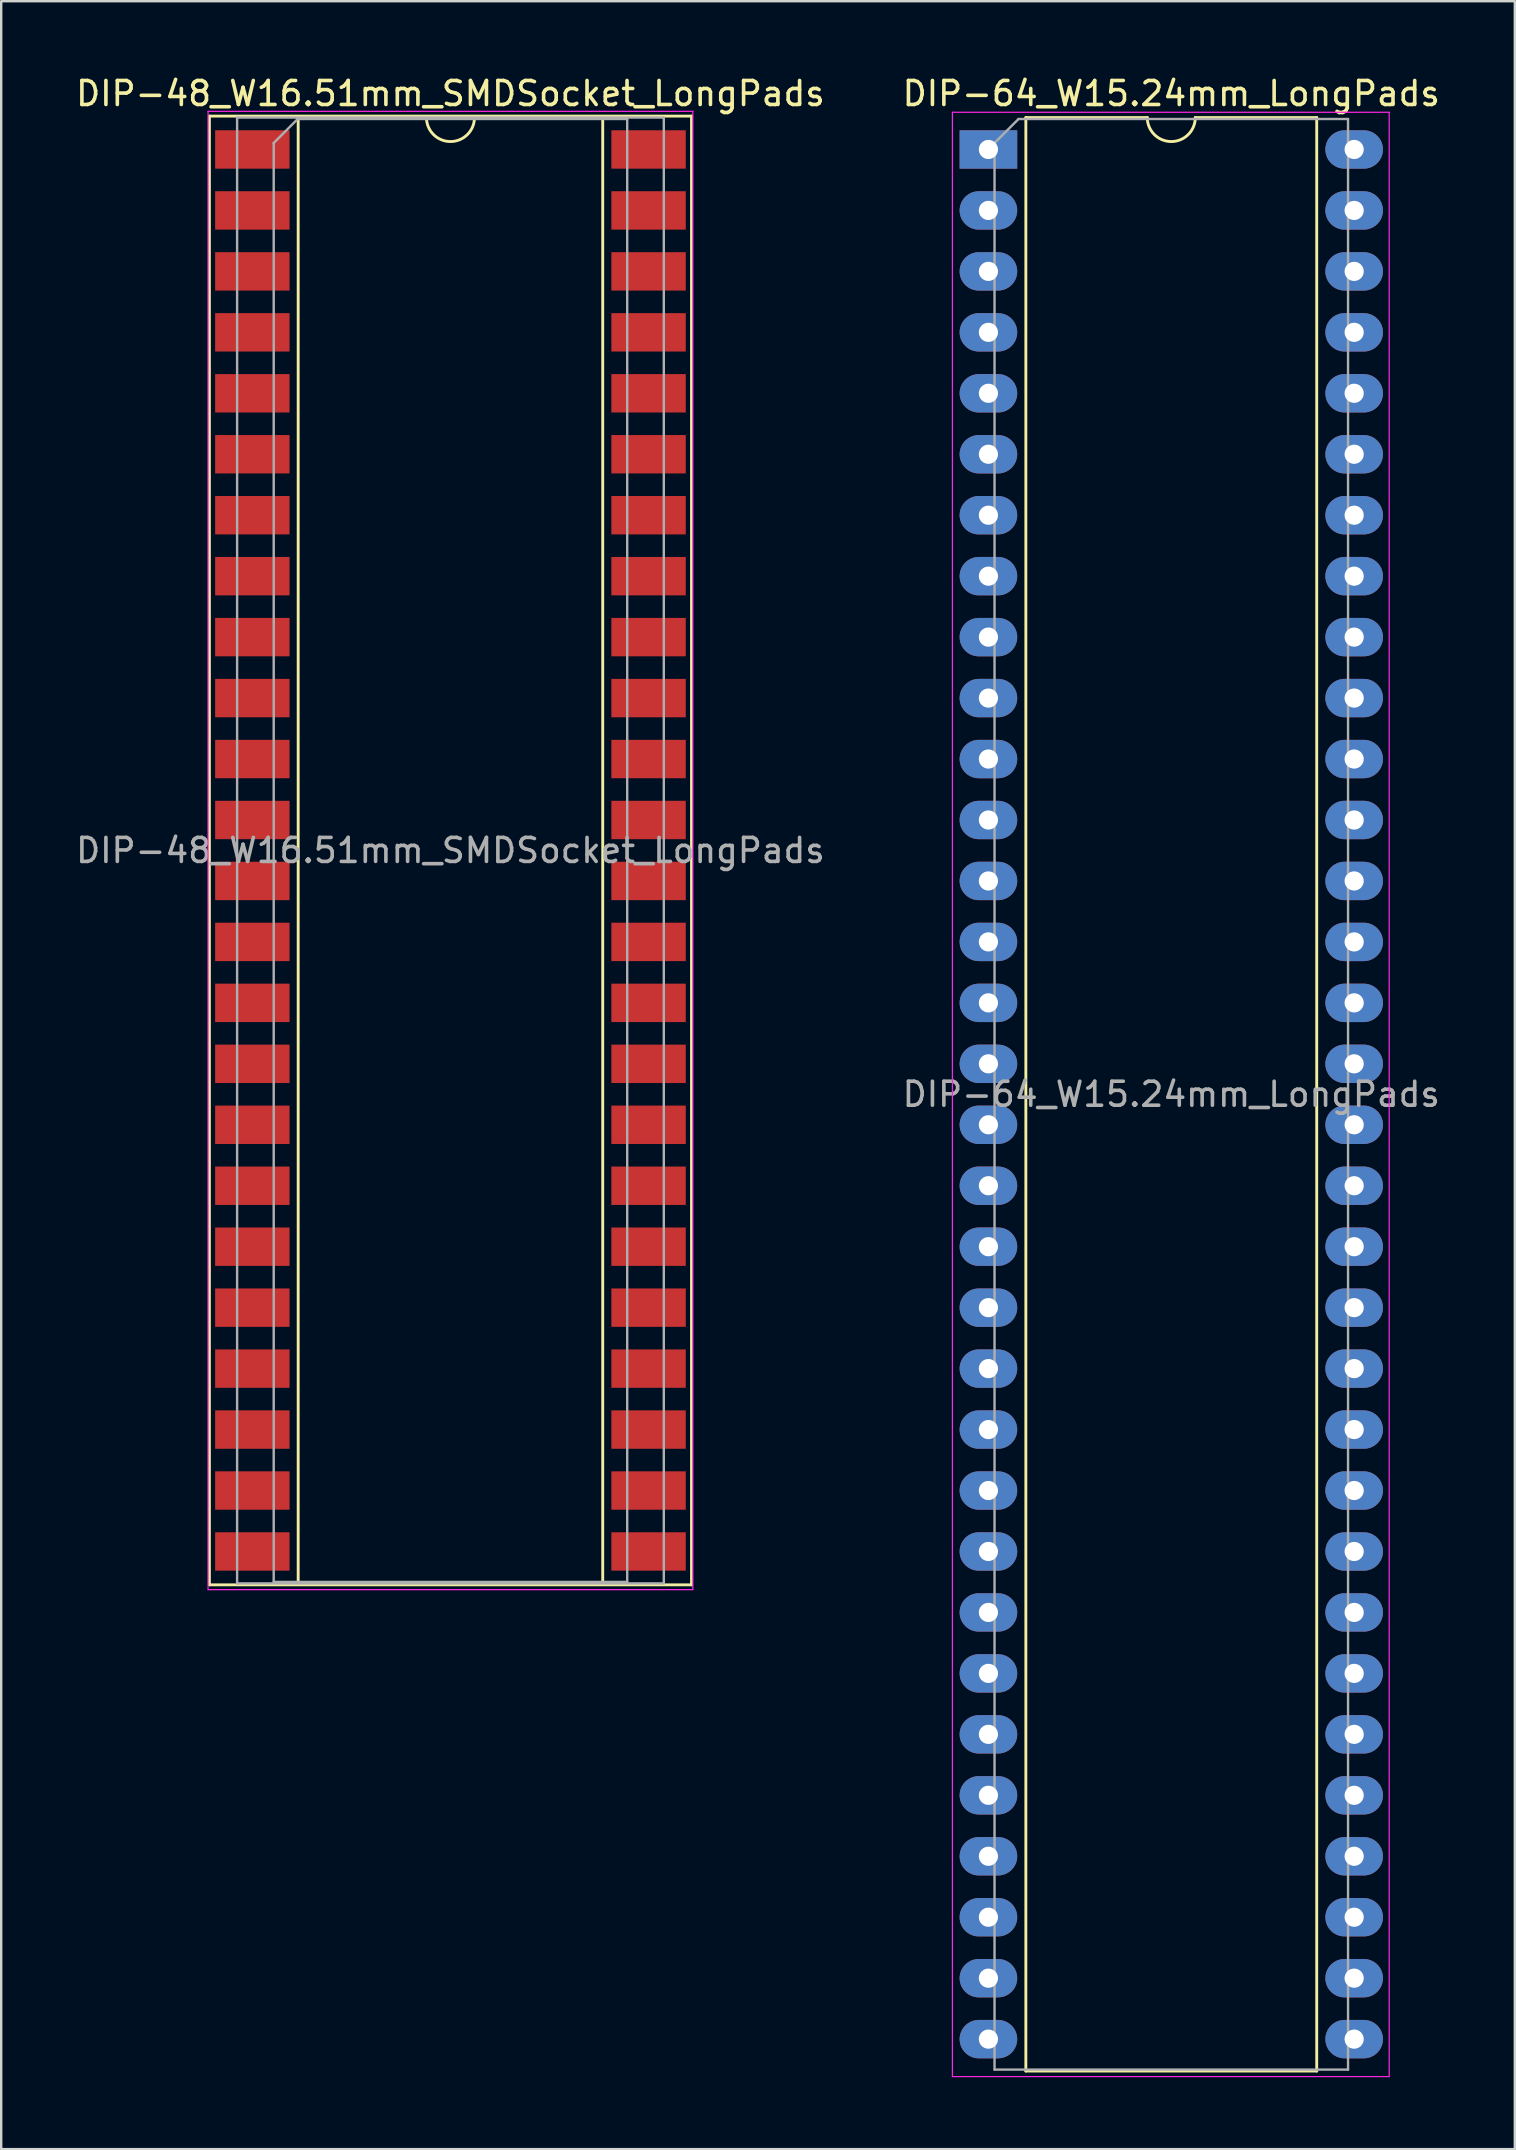
<source format=kicad_pcb>
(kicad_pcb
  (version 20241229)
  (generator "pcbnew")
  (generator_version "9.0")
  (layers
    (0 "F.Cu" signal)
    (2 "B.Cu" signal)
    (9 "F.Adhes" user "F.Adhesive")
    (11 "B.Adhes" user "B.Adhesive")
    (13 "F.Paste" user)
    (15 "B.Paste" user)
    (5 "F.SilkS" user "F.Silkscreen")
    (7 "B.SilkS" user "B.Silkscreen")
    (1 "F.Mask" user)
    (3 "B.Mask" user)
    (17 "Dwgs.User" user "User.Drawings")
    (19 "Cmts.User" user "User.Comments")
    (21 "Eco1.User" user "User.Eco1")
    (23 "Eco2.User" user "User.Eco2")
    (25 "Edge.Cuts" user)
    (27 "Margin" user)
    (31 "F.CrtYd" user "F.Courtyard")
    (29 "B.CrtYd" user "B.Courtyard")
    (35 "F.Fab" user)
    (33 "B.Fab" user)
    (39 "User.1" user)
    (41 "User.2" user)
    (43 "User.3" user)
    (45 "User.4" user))
  (footprint "DIP-64_W15.24mm_LongPads"
    (layer "F.Cu")
    (at 38.136 3.178)
    (property "Reference" "DIP-64_W15.24mm_LongPads" (at 7.62 -2.33 0) (layer "F.SilkS") (effects (font (size 1 1) (thickness 0.15))))
    (attr through_hole)
    (fp_line (start 1.56 -1.33) (end 1.56 80.07) (stroke (width 0.12) (type solid)) (layer "F.SilkS"))
    (fp_line (start 1.56 80.07) (end 13.68 80.07) (stroke (width 0.12) (type solid)) (layer "F.SilkS"))
    (fp_line (start 6.62 -1.33) (end 1.56 -1.33) (stroke (width 0.12) (type solid)) (layer "F.SilkS"))
    (fp_line (start 13.68 -1.33) (end 8.62 -1.33) (stroke (width 0.12) (type solid)) (layer "F.SilkS"))
    (fp_line (start 13.68 80.07) (end 13.68 -1.33) (stroke (width 0.12) (type solid)) (layer "F.SilkS"))
    (fp_arc (start 8.62 -1.33) (mid 7.62 -0.33) (end 6.62 -1.33) (stroke (width 0.12) (type solid)) (layer "F.SilkS"))
    (fp_line (start -1.5 -1.55) (end -1.5 80.3) (stroke (width 0.05) (type solid)) (layer "F.CrtYd"))
    (fp_line (start -1.5 80.3) (end 16.7 80.3) (stroke (width 0.05) (type solid)) (layer "F.CrtYd"))
    (fp_line (start 16.7 -1.55) (end -1.5 -1.55) (stroke (width 0.05) (type solid)) (layer "F.CrtYd"))
    (fp_line (start 16.7 80.3) (end 16.7 -1.55) (stroke (width 0.05) (type solid)) (layer "F.CrtYd"))
    (fp_line (start 0.255 -0.27) (end 1.255 -1.27) (stroke (width 0.1) (type solid)) (layer "F.Fab"))
    (fp_line (start 0.255 80.01) (end 0.255 -0.27) (stroke (width 0.1) (type solid)) (layer "F.Fab"))
    (fp_line (start 1.255 -1.27) (end 14.985 -1.27) (stroke (width 0.1) (type solid)) (layer "F.Fab"))
    (fp_line (start 14.985 -1.27) (end 14.985 80.01) (stroke (width 0.1) (type solid)) (layer "F.Fab"))
    (fp_line (start 14.985 80.01) (end 0.255 80.01) (stroke (width 0.1) (type solid)) (layer "F.Fab"))
    (fp_text user "${REFERENCE}" (at 7.62 39.37 0) (layer "F.Fab") (effects (font (size 1 1) (thickness 0.15))))
    (pad "1" thru_hole rect (at 0 0) (size 2.4 1.6) (drill 0.8) (layers "*.Cu" "*.Mask"))
    (pad "2" thru_hole oval (at 0 2.54) (size 2.4 1.6) (drill 0.8) (layers "*.Cu" "*.Mask"))
    (pad "3" thru_hole oval (at 0 5.08) (size 2.4 1.6) (drill 0.8) (layers "*.Cu" "*.Mask"))
    (pad "4" thru_hole oval (at 0 7.62) (size 2.4 1.6) (drill 0.8) (layers "*.Cu" "*.Mask"))
    (pad "5" thru_hole oval (at 0 10.16) (size 2.4 1.6) (drill 0.8) (layers "*.Cu" "*.Mask"))
    (pad "6" thru_hole oval (at 0 12.7) (size 2.4 1.6) (drill 0.8) (layers "*.Cu" "*.Mask"))
    (pad "7" thru_hole oval (at 0 15.24) (size 2.4 1.6) (drill 0.8) (layers "*.Cu" "*.Mask"))
    (pad "8" thru_hole oval (at 0 17.78) (size 2.4 1.6) (drill 0.8) (layers "*.Cu" "*.Mask"))
    (pad "9" thru_hole oval (at 0 20.32) (size 2.4 1.6) (drill 0.8) (layers "*.Cu" "*.Mask"))
    (pad "10" thru_hole oval (at 0 22.86) (size 2.4 1.6) (drill 0.8) (layers "*.Cu" "*.Mask"))
    (pad "11" thru_hole oval (at 0 25.4) (size 2.4 1.6) (drill 0.8) (layers "*.Cu" "*.Mask"))
    (pad "12" thru_hole oval (at 0 27.94) (size 2.4 1.6) (drill 0.8) (layers "*.Cu" "*.Mask"))
    (pad "13" thru_hole oval (at 0 30.48) (size 2.4 1.6) (drill 0.8) (layers "*.Cu" "*.Mask"))
    (pad "14" thru_hole oval (at 0 33.02) (size 2.4 1.6) (drill 0.8) (layers "*.Cu" "*.Mask"))
    (pad "15" thru_hole oval (at 0 35.56) (size 2.4 1.6) (drill 0.8) (layers "*.Cu" "*.Mask"))
    (pad "16" thru_hole oval (at 0 38.1) (size 2.4 1.6) (drill 0.8) (layers "*.Cu" "*.Mask"))
    (pad "17" thru_hole oval (at 0 40.64) (size 2.4 1.6) (drill 0.8) (layers "*.Cu" "*.Mask"))
    (pad "18" thru_hole oval (at 0 43.18) (size 2.4 1.6) (drill 0.8) (layers "*.Cu" "*.Mask"))
    (pad "19" thru_hole oval (at 0 45.72) (size 2.4 1.6) (drill 0.8) (layers "*.Cu" "*.Mask"))
    (pad "20" thru_hole oval (at 0 48.26) (size 2.4 1.6) (drill 0.8) (layers "*.Cu" "*.Mask"))
    (pad "21" thru_hole oval (at 0 50.8) (size 2.4 1.6) (drill 0.8) (layers "*.Cu" "*.Mask"))
    (pad "22" thru_hole oval (at 0 53.34) (size 2.4 1.6) (drill 0.8) (layers "*.Cu" "*.Mask"))
    (pad "23" thru_hole oval (at 0 55.88) (size 2.4 1.6) (drill 0.8) (layers "*.Cu" "*.Mask"))
    (pad "24" thru_hole oval (at 0 58.42) (size 2.4 1.6) (drill 0.8) (layers "*.Cu" "*.Mask"))
    (pad "25" thru_hole oval (at 0 60.96) (size 2.4 1.6) (drill 0.8) (layers "*.Cu" "*.Mask"))
    (pad "26" thru_hole oval (at 0 63.5) (size 2.4 1.6) (drill 0.8) (layers "*.Cu" "*.Mask"))
    (pad "27" thru_hole oval (at 0 66.04) (size 2.4 1.6) (drill 0.8) (layers "*.Cu" "*.Mask"))
    (pad "28" thru_hole oval (at 0 68.58) (size 2.4 1.6) (drill 0.8) (layers "*.Cu" "*.Mask"))
    (pad "29" thru_hole oval (at 0 71.12) (size 2.4 1.6) (drill 0.8) (layers "*.Cu" "*.Mask"))
    (pad "30" thru_hole oval (at 0 73.66) (size 2.4 1.6) (drill 0.8) (layers "*.Cu" "*.Mask"))
    (pad "31" thru_hole oval (at 0 76.2) (size 2.4 1.6) (drill 0.8) (layers "*.Cu" "*.Mask"))
    (pad "32" thru_hole oval (at 0 78.74) (size 2.4 1.6) (drill 0.8) (layers "*.Cu" "*.Mask"))
    (pad "33" thru_hole oval (at 15.24 78.74) (size 2.4 1.6) (drill 0.8) (layers "*.Cu" "*.Mask"))
    (pad "34" thru_hole oval (at 15.24 76.2) (size 2.4 1.6) (drill 0.8) (layers "*.Cu" "*.Mask"))
    (pad "35" thru_hole oval (at 15.24 73.66) (size 2.4 1.6) (drill 0.8) (layers "*.Cu" "*.Mask"))
    (pad "36" thru_hole oval (at 15.24 71.12) (size 2.4 1.6) (drill 0.8) (layers "*.Cu" "*.Mask"))
    (pad "37" thru_hole oval (at 15.24 68.58) (size 2.4 1.6) (drill 0.8) (layers "*.Cu" "*.Mask"))
    (pad "38" thru_hole oval (at 15.24 66.04) (size 2.4 1.6) (drill 0.8) (layers "*.Cu" "*.Mask"))
    (pad "39" thru_hole oval (at 15.24 63.5) (size 2.4 1.6) (drill 0.8) (layers "*.Cu" "*.Mask"))
    (pad "40" thru_hole oval (at 15.24 60.96) (size 2.4 1.6) (drill 0.8) (layers "*.Cu" "*.Mask"))
    (pad "41" thru_hole oval (at 15.24 58.42) (size 2.4 1.6) (drill 0.8) (layers "*.Cu" "*.Mask"))
    (pad "42" thru_hole oval (at 15.24 55.88) (size 2.4 1.6) (drill 0.8) (layers "*.Cu" "*.Mask"))
    (pad "43" thru_hole oval (at 15.24 53.34) (size 2.4 1.6) (drill 0.8) (layers "*.Cu" "*.Mask"))
    (pad "44" thru_hole oval (at 15.24 50.8) (size 2.4 1.6) (drill 0.8) (layers "*.Cu" "*.Mask"))
    (pad "45" thru_hole oval (at 15.24 48.26) (size 2.4 1.6) (drill 0.8) (layers "*.Cu" "*.Mask"))
    (pad "46" thru_hole oval (at 15.24 45.72) (size 2.4 1.6) (drill 0.8) (layers "*.Cu" "*.Mask"))
    (pad "47" thru_hole oval (at 15.24 43.18) (size 2.4 1.6) (drill 0.8) (layers "*.Cu" "*.Mask"))
    (pad "48" thru_hole oval (at 15.24 40.64) (size 2.4 1.6) (drill 0.8) (layers "*.Cu" "*.Mask"))
    (pad "49" thru_hole oval (at 15.24 38.1) (size 2.4 1.6) (drill 0.8) (layers "*.Cu" "*.Mask"))
    (pad "50" thru_hole oval (at 15.24 35.56) (size 2.4 1.6) (drill 0.8) (layers "*.Cu" "*.Mask"))
    (pad "51" thru_hole oval (at 15.24 33.02) (size 2.4 1.6) (drill 0.8) (layers "*.Cu" "*.Mask"))
    (pad "52" thru_hole oval (at 15.24 30.48) (size 2.4 1.6) (drill 0.8) (layers "*.Cu" "*.Mask"))
    (pad "53" thru_hole oval (at 15.24 27.94) (size 2.4 1.6) (drill 0.8) (layers "*.Cu" "*.Mask"))
    (pad "54" thru_hole oval (at 15.24 25.4) (size 2.4 1.6) (drill 0.8) (layers "*.Cu" "*.Mask"))
    (pad "55" thru_hole oval (at 15.24 22.86) (size 2.4 1.6) (drill 0.8) (layers "*.Cu" "*.Mask"))
    (pad "56" thru_hole oval (at 15.24 20.32) (size 2.4 1.6) (drill 0.8) (layers "*.Cu" "*.Mask"))
    (pad "57" thru_hole oval (at 15.24 17.78) (size 2.4 1.6) (drill 0.8) (layers "*.Cu" "*.Mask"))
    (pad "58" thru_hole oval (at 15.24 15.24) (size 2.4 1.6) (drill 0.8) (layers "*.Cu" "*.Mask"))
    (pad "59" thru_hole oval (at 15.24 12.7) (size 2.4 1.6) (drill 0.8) (layers "*.Cu" "*.Mask"))
    (pad "60" thru_hole oval (at 15.24 10.16) (size 2.4 1.6) (drill 0.8) (layers "*.Cu" "*.Mask"))
    (pad "61" thru_hole oval (at 15.24 7.62) (size 2.4 1.6) (drill 0.8) (layers "*.Cu" "*.Mask"))
    (pad "62" thru_hole oval (at 15.24 5.08) (size 2.4 1.6) (drill 0.8) (layers "*.Cu" "*.Mask"))
    (pad "63" thru_hole oval (at 15.24 2.54) (size 2.4 1.6) (drill 0.8) (layers "*.Cu" "*.Mask"))
    (pad "64" thru_hole oval (at 15.24 0) (size 2.4 1.6) (drill 0.8) (layers "*.Cu" "*.Mask")))
  (footprint "DIP-48_W16.51mm_SMDSocket_LongPads"
    (layer "F.Cu")
    (at 15.72 32.388)
    (property "Reference" "DIP-48_W16.51mm_SMDSocket_LongPads" (at 0 -31.54 0) (layer "F.SilkS") (effects (font (size 1 1) (thickness 0.15))))
    (attr smd)
    (fp_line (start -10.045 -30.6) (end -10.045 30.6) (stroke (width 0.12) (type solid)) (layer "F.SilkS"))
    (fp_line (start -10.045 30.6) (end 10.045 30.6) (stroke (width 0.12) (type solid)) (layer "F.SilkS"))
    (fp_line (start -6.345 -30.54) (end -6.345 30.54) (stroke (width 0.12) (type solid)) (layer "F.SilkS"))
    (fp_line (start -6.345 30.54) (end 6.345 30.54) (stroke (width 0.12) (type solid)) (layer "F.SilkS"))
    (fp_line (start -1 -30.54) (end -6.345 -30.54) (stroke (width 0.12) (type solid)) (layer "F.SilkS"))
    (fp_line (start 6.345 -30.54) (end 1 -30.54) (stroke (width 0.12) (type solid)) (layer "F.SilkS"))
    (fp_line (start 6.345 30.54) (end 6.345 -30.54) (stroke (width 0.12) (type solid)) (layer "F.SilkS"))
    (fp_line (start 10.045 -30.6) (end -10.045 -30.6) (stroke (width 0.12) (type solid)) (layer "F.SilkS"))
    (fp_line (start 10.045 30.6) (end 10.045 -30.6) (stroke (width 0.12) (type solid)) (layer "F.SilkS"))
    (fp_arc (start 1 -30.54) (mid 0 -29.54) (end -1 -30.54) (stroke (width 0.12) (type solid)) (layer "F.SilkS"))
    (fp_line (start -10.1 -30.8) (end -10.1 30.8) (stroke (width 0.05) (type solid)) (layer "F.CrtYd"))
    (fp_line (start -10.1 30.8) (end 10.1 30.8) (stroke (width 0.05) (type solid)) (layer "F.CrtYd"))
    (fp_line (start 10.1 -30.8) (end -10.1 -30.8) (stroke (width 0.05) (type solid)) (layer "F.CrtYd"))
    (fp_line (start 10.1 30.8) (end 10.1 -30.8) (stroke (width 0.05) (type solid)) (layer "F.CrtYd"))
    (fp_line (start -8.89 -30.54) (end -8.89 30.54) (stroke (width 0.1) (type solid)) (layer "F.Fab"))
    (fp_line (start -8.89 30.54) (end 8.89 30.54) (stroke (width 0.1) (type solid)) (layer "F.Fab"))
    (fp_line (start -7.365 -29.48) (end -6.365 -30.48) (stroke (width 0.1) (type solid)) (layer "F.Fab"))
    (fp_line (start -7.365 30.48) (end -7.365 -29.48) (stroke (width 0.1) (type solid)) (layer "F.Fab"))
    (fp_line (start -6.365 -30.48) (end 7.365 -30.48) (stroke (width 0.1) (type solid)) (layer "F.Fab"))
    (fp_line (start 7.365 -30.48) (end 7.365 30.48) (stroke (width 0.1) (type solid)) (layer "F.Fab"))
    (fp_line (start 7.365 30.48) (end -7.365 30.48) (stroke (width 0.1) (type solid)) (layer "F.Fab"))
    (fp_line (start 8.89 -30.54) (end -8.89 -30.54) (stroke (width 0.1) (type solid)) (layer "F.Fab"))
    (fp_line (start 8.89 30.54) (end 8.89 -30.54) (stroke (width 0.1) (type solid)) (layer "F.Fab"))
    (fp_text user "${REFERENCE}" (at 0 0 0) (layer "F.Fab") (effects (font (size 1 1) (thickness 0.15))))
    (pad "1" smd rect (at -8.255 -29.21) (size 3.1 1.6) (layers "F.Cu" "F.Mask" "F.Paste"))
    (pad "2" smd rect (at -8.255 -26.67) (size 3.1 1.6) (layers "F.Cu" "F.Mask" "F.Paste"))
    (pad "3" smd rect (at -8.255 -24.13) (size 3.1 1.6) (layers "F.Cu" "F.Mask" "F.Paste"))
    (pad "4" smd rect (at -8.255 -21.59) (size 3.1 1.6) (layers "F.Cu" "F.Mask" "F.Paste"))
    (pad "5" smd rect (at -8.255 -19.05) (size 3.1 1.6) (layers "F.Cu" "F.Mask" "F.Paste"))
    (pad "6" smd rect (at -8.255 -16.51) (size 3.1 1.6) (layers "F.Cu" "F.Mask" "F.Paste"))
    (pad "7" smd rect (at -8.255 -13.97) (size 3.1 1.6) (layers "F.Cu" "F.Mask" "F.Paste"))
    (pad "8" smd rect (at -8.255 -11.43) (size 3.1 1.6) (layers "F.Cu" "F.Mask" "F.Paste"))
    (pad "9" smd rect (at -8.255 -8.89) (size 3.1 1.6) (layers "F.Cu" "F.Mask" "F.Paste"))
    (pad "10" smd rect (at -8.255 -6.35) (size 3.1 1.6) (layers "F.Cu" "F.Mask" "F.Paste"))
    (pad "11" smd rect (at -8.255 -3.81) (size 3.1 1.6) (layers "F.Cu" "F.Mask" "F.Paste"))
    (pad "12" smd rect (at -8.255 -1.27) (size 3.1 1.6) (layers "F.Cu" "F.Mask" "F.Paste"))
    (pad "13" smd rect (at -8.255 1.27) (size 3.1 1.6) (layers "F.Cu" "F.Mask" "F.Paste"))
    (pad "14" smd rect (at -8.255 3.81) (size 3.1 1.6) (layers "F.Cu" "F.Mask" "F.Paste"))
    (pad "15" smd rect (at -8.255 6.35) (size 3.1 1.6) (layers "F.Cu" "F.Mask" "F.Paste"))
    (pad "16" smd rect (at -8.255 8.89) (size 3.1 1.6) (layers "F.Cu" "F.Mask" "F.Paste"))
    (pad "17" smd rect (at -8.255 11.43) (size 3.1 1.6) (layers "F.Cu" "F.Mask" "F.Paste"))
    (pad "18" smd rect (at -8.255 13.97) (size 3.1 1.6) (layers "F.Cu" "F.Mask" "F.Paste"))
    (pad "19" smd rect (at -8.255 16.51) (size 3.1 1.6) (layers "F.Cu" "F.Mask" "F.Paste"))
    (pad "20" smd rect (at -8.255 19.05) (size 3.1 1.6) (layers "F.Cu" "F.Mask" "F.Paste"))
    (pad "21" smd rect (at -8.255 21.59) (size 3.1 1.6) (layers "F.Cu" "F.Mask" "F.Paste"))
    (pad "22" smd rect (at -8.255 24.13) (size 3.1 1.6) (layers "F.Cu" "F.Mask" "F.Paste"))
    (pad "23" smd rect (at -8.255 26.67) (size 3.1 1.6) (layers "F.Cu" "F.Mask" "F.Paste"))
    (pad "24" smd rect (at -8.255 29.21) (size 3.1 1.6) (layers "F.Cu" "F.Mask" "F.Paste"))
    (pad "25" smd rect (at 8.255 29.21) (size 3.1 1.6) (layers "F.Cu" "F.Mask" "F.Paste"))
    (pad "26" smd rect (at 8.255 26.67) (size 3.1 1.6) (layers "F.Cu" "F.Mask" "F.Paste"))
    (pad "27" smd rect (at 8.255 24.13) (size 3.1 1.6) (layers "F.Cu" "F.Mask" "F.Paste"))
    (pad "28" smd rect (at 8.255 21.59) (size 3.1 1.6) (layers "F.Cu" "F.Mask" "F.Paste"))
    (pad "29" smd rect (at 8.255 19.05) (size 3.1 1.6) (layers "F.Cu" "F.Mask" "F.Paste"))
    (pad "30" smd rect (at 8.255 16.51) (size 3.1 1.6) (layers "F.Cu" "F.Mask" "F.Paste"))
    (pad "31" smd rect (at 8.255 13.97) (size 3.1 1.6) (layers "F.Cu" "F.Mask" "F.Paste"))
    (pad "32" smd rect (at 8.255 11.43) (size 3.1 1.6) (layers "F.Cu" "F.Mask" "F.Paste"))
    (pad "33" smd rect (at 8.255 8.89) (size 3.1 1.6) (layers "F.Cu" "F.Mask" "F.Paste"))
    (pad "34" smd rect (at 8.255 6.35) (size 3.1 1.6) (layers "F.Cu" "F.Mask" "F.Paste"))
    (pad "35" smd rect (at 8.255 3.81) (size 3.1 1.6) (layers "F.Cu" "F.Mask" "F.Paste"))
    (pad "36" smd rect (at 8.255 1.27) (size 3.1 1.6) (layers "F.Cu" "F.Mask" "F.Paste"))
    (pad "37" smd rect (at 8.255 -1.27) (size 3.1 1.6) (layers "F.Cu" "F.Mask" "F.Paste"))
    (pad "38" smd rect (at 8.255 -3.81) (size 3.1 1.6) (layers "F.Cu" "F.Mask" "F.Paste"))
    (pad "39" smd rect (at 8.255 -6.35) (size 3.1 1.6) (layers "F.Cu" "F.Mask" "F.Paste"))
    (pad "40" smd rect (at 8.255 -8.89) (size 3.1 1.6) (layers "F.Cu" "F.Mask" "F.Paste"))
    (pad "41" smd rect (at 8.255 -11.43) (size 3.1 1.6) (layers "F.Cu" "F.Mask" "F.Paste"))
    (pad "42" smd rect (at 8.255 -13.97) (size 3.1 1.6) (layers "F.Cu" "F.Mask" "F.Paste"))
    (pad "43" smd rect (at 8.255 -16.51) (size 3.1 1.6) (layers "F.Cu" "F.Mask" "F.Paste"))
    (pad "44" smd rect (at 8.255 -19.05) (size 3.1 1.6) (layers "F.Cu" "F.Mask" "F.Paste"))
    (pad "45" smd rect (at 8.255 -21.59) (size 3.1 1.6) (layers "F.Cu" "F.Mask" "F.Paste"))
    (pad "46" smd rect (at 8.255 -24.13) (size 3.1 1.6) (layers "F.Cu" "F.Mask" "F.Paste"))
    (pad "47" smd rect (at 8.255 -26.67) (size 3.1 1.6) (layers "F.Cu" "F.Mask" "F.Paste"))
    (pad "48" smd rect (at 8.255 -29.21) (size 3.1 1.6) (layers "F.Cu" "F.Mask" "F.Paste")))
  (gr_rect
    (start -3 -3)
    (end 60.071 86.503)
    (stroke (width 0.1) (type default))
    (fill no)
    (layer "Edge.Cuts")))
</source>
